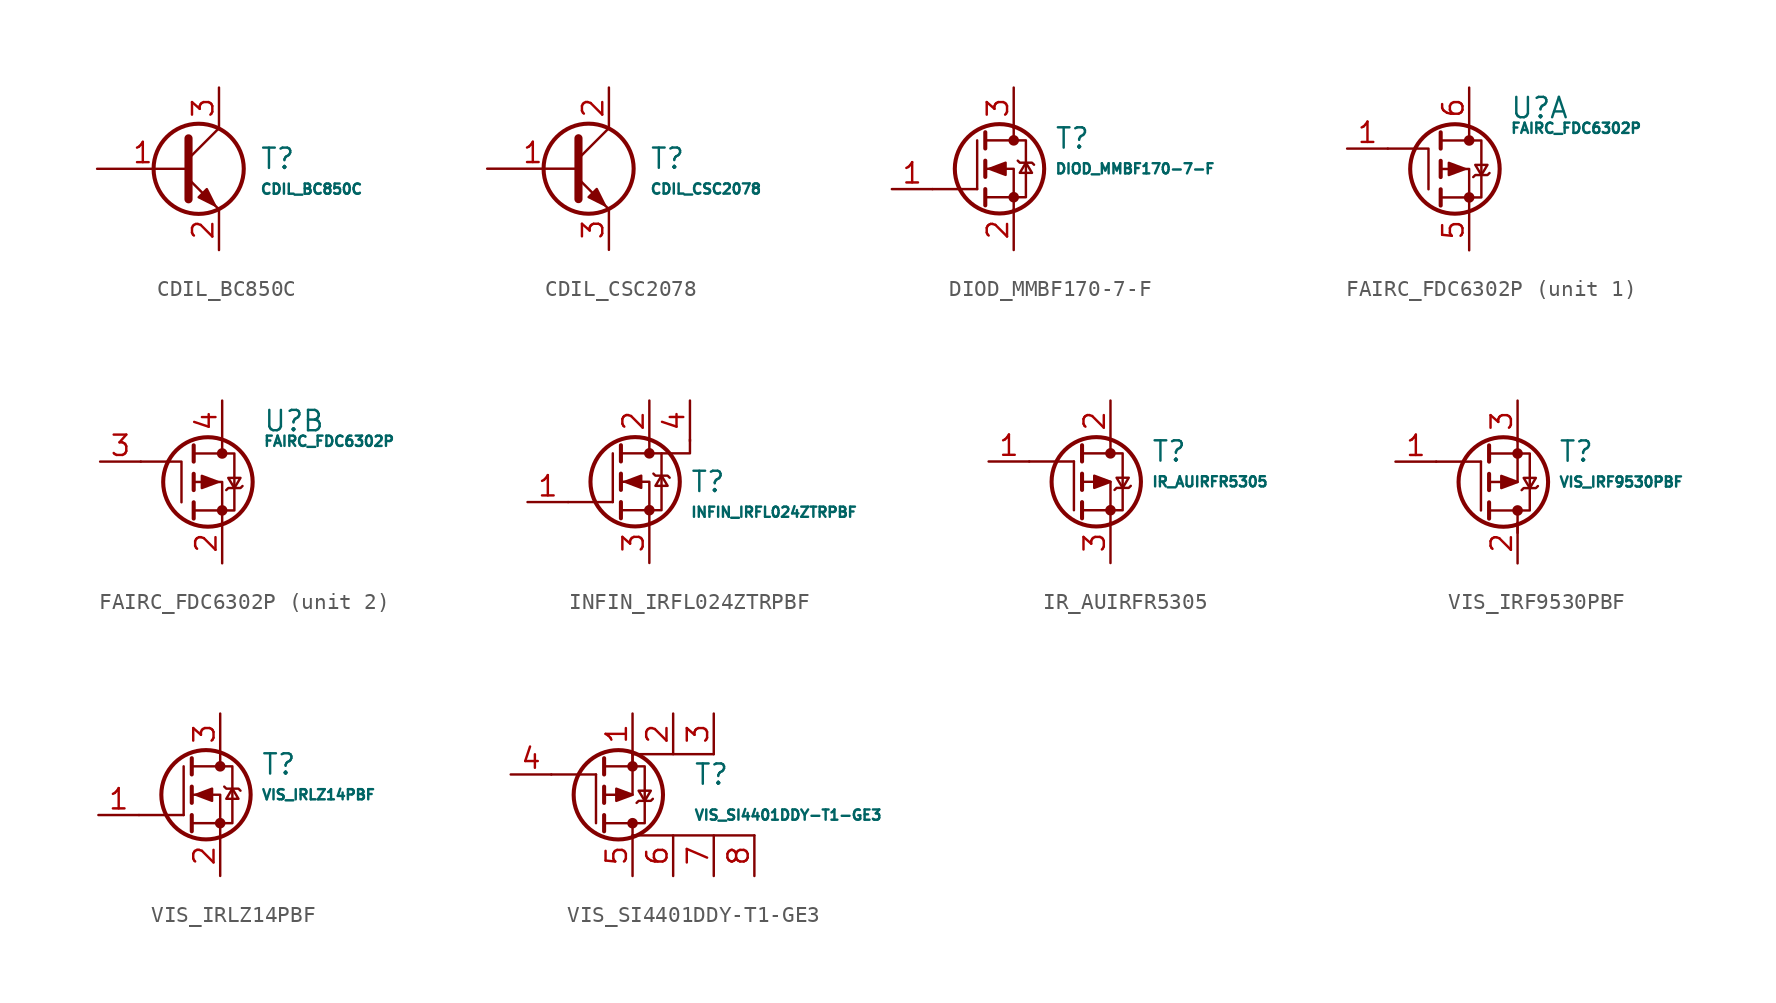
<source format=kicad_sym>
(kicad_symbol_lib
  (version 20241209)
  (generator "kicad_symbol_editor")
  (generator_version "9.0")
  (symbol "CDIL_BC850C"
    (pin_names
      (offset 0)
      (hide yes))
    (property "Reference" "T"
      (at 5.08 0.635 0)
      (effects (font (size 1.27 1.27)) (justify left)))
    (property "Value" "CDIL_BC850C"
      (at 5.08 -1.27 0)
      (effects (font (size 0.635 0.635)) (justify left)))
    (symbol "CDIL_BC850C_0_1"
      (polyline (pts (xy 0.635 1.905) (xy 0.635 -1.905) (xy 0.635 -1.905)) (stroke (width 0.508) (type default)) (fill (type none)))
      (polyline (pts (xy 0.635 0.635) (xy 2.54 2.54)) (stroke (width 0) (type default)) (fill (type none)))
      (polyline (pts (xy 0.635 -0.635) (xy 2.54 -2.54) (xy 2.54 -2.54)) (stroke (width 0) (type default)) (fill (type none)))
      (circle (center 1.27 0) (radius 2.819) (stroke (width 0.254) (type default)) (fill (type none)))
      (polyline (pts (xy 1.27 -1.778) (xy 1.778 -1.27) (xy 2.286 -2.286) (xy 1.27 -1.778) (xy 1.27 -1.778)) (stroke (width 0) (type default)) (fill (type outline))))
    (symbol "CDIL_BC850C_1_1"
      (pin passive line (at -5.08 0 0) (length 5.715) (name "B" (effects (font (size 1.27 1.27)))) (number "1" (effects (font (size 1.27 1.27)))))
      (pin passive line (at 2.54 5.08 270) (length 2.54) (name "C" (effects (font (size 1.27 1.27)))) (number "3" (effects (font (size 1.27 1.27)))))
      (pin passive line (at 2.54 -5.08 90) (length 2.54) (name "E" (effects (font (size 1.27 1.27)))) (number "2" (effects (font (size 1.27 1.27)))))))
  (symbol "CDIL_CSC2078"
    (pin_names
      (offset 0)
      (hide yes))
    (property "Reference" "T"
      (at 5.08 0.635 0)
      (effects (font (size 1.27 1.27)) (justify left)))
    (property "Value" "CDIL_CSC2078"
      (at 5.08 -1.27 0)
      (effects (font (size 0.635 0.635)) (justify left)))
    (symbol "CDIL_CSC2078_0_1"
      (polyline (pts (xy 0.635 1.905) (xy 0.635 -1.905) (xy 0.635 -1.905)) (stroke (width 0.508) (type default)) (fill (type none)))
      (polyline (pts (xy 0.635 0.635) (xy 2.54 2.54)) (stroke (width 0) (type default)) (fill (type none)))
      (polyline (pts (xy 0.635 -0.635) (xy 2.54 -2.54) (xy 2.54 -2.54)) (stroke (width 0) (type default)) (fill (type none)))
      (circle (center 1.27 0) (radius 2.819) (stroke (width 0.254) (type default)) (fill (type none)))
      (polyline (pts (xy 1.27 -1.778) (xy 1.778 -1.27) (xy 2.286 -2.286) (xy 1.27 -1.778) (xy 1.27 -1.778)) (stroke (width 0) (type default)) (fill (type outline))))
    (symbol "CDIL_CSC2078_1_1"
      (pin passive line (at -5.08 0 0) (length 5.715) (name "B" (effects (font (size 1.27 1.27)))) (number "1" (effects (font (size 1.27 1.27)))))
      (pin passive line (at 2.54 5.08 270) (length 2.54) (name "C" (effects (font (size 1.27 1.27)))) (number "2" (effects (font (size 1.27 1.27)))))
      (pin passive line (at 2.54 -5.08 90) (length 2.54) (name "E" (effects (font (size 1.27 1.27)))) (number "3" (effects (font (size 1.27 1.27)))))))
  (symbol "DIOD_MMBF170-7-F"
    (pin_names
      (hide yes))
    (property "Reference" "T"
      (at 5.08 1.905 0)
      (effects (font (size 1.27 1.27)) (justify left)))
    (property "Value" "DIOD_MMBF170-7-F"
      (at 5.08 0 0)
      (effects (font (size 0.635 0.635)) (justify left)))
    (symbol "DIOD_MMBF170-7-F_0_1"
      (polyline (pts (xy 0.254 -1.27) (xy -2.54 -1.27)) (stroke (width 0) (type default)) (fill (type none)))
      (polyline (pts (xy 0.254 -1.27) (xy 0.254 1.778)) (stroke (width 0) (type default)) (fill (type none)))
      (polyline (pts (xy 0.762 2.286) (xy 0.762 1.27)) (stroke (width 0.254) (type default)) (fill (type none)))
      (polyline (pts (xy 0.762 0.508) (xy 0.762 -0.508)) (stroke (width 0.254) (type default)) (fill (type none)))
      (polyline (pts (xy 0.762 -1.27) (xy 0.762 -2.286)) (stroke (width 0.254) (type default)) (fill (type none)))
      (polyline (pts (xy 0.762 -1.778) (xy 3.302 -1.778) (xy 3.302 1.778) (xy 0.762 1.778)) (stroke (width 0) (type default)) (fill (type none)))
      (polyline (pts (xy 1.016 0) (xy 2.032 0.381) (xy 2.032 -0.381) (xy 1.016 0)) (stroke (width 0) (type default)) (fill (type outline)))
      (circle (center 1.651 0) (radius 2.794) (stroke (width 0.254) (type default)) (fill (type none)))
      (polyline (pts (xy 2.54 2.54) (xy 2.54 1.778)) (stroke (width 0) (type default)) (fill (type none)))
      (circle (center 2.54 1.778) (radius 0.254) (stroke (width 0) (type default)) (fill (type outline)))
      (circle (center 2.54 -1.778) (radius 0.254) (stroke (width 0) (type default)) (fill (type outline)))
      (polyline (pts (xy 2.54 -2.54) (xy 2.54 0) (xy 0.762 0)) (stroke (width 0) (type default)) (fill (type none)))
      (polyline (pts (xy 2.794 0.508) (xy 2.921 0.381) (xy 3.683 0.381) (xy 3.81 0.254)) (stroke (width 0) (type default)) (fill (type none)))
      (polyline (pts (xy 3.302 0.381) (xy 2.921 -0.254) (xy 3.683 -0.254) (xy 3.302 0.381)) (stroke (width 0) (type default)) (fill (type none))))
    (symbol "DIOD_MMBF170-7-F_1_1"
      (pin input line (at -5.08 -1.27 0) (length 2.54) (name "G" (effects (font (size 1.27 1.27)))) (number "1" (effects (font (size 1.27 1.27)))))
      (pin passive line (at 2.54 5.08 270) (length 2.54) (name "D" (effects (font (size 1.27 1.27)))) (number "3" (effects (font (size 1.27 1.27)))))
      (pin passive line (at 2.54 -5.08 90) (length 2.54) (name "S" (effects (font (size 1.27 1.27)))) (number "2" (effects (font (size 1.27 1.27)))))))
  (symbol "FAIRC_FDC6302P"
    (pin_names
      (hide yes))
    (property "Reference" "U"
      (at 2.54 3.81 0)
      (effects (font (size 1.27 1.27)) (justify left)))
    (property "Value" "FAIRC_FDC6302P"
      (at 2.54 2.54 0)
      (effects (font (size 0.64 0.64)) (justify left)))
    (symbol "FAIRC_FDC6302P_0_0"
      (polyline (pts (xy -5.08 1.27) (xy -2.54 1.27) (xy -2.54 -1.27)) (stroke (width 0) (type default)) (fill (type none))))
    (symbol "FAIRC_FDC6302P_0_1"
      (polyline (pts (xy -1.778 2.286) (xy -1.778 1.27)) (stroke (width 0.254) (type default)) (fill (type none)))
      (polyline (pts (xy -1.778 1.778) (xy 0.762 1.778) (xy 0.762 -1.778) (xy -1.778 -1.778)) (stroke (width 0) (type default)) (fill (type none)))
      (polyline (pts (xy -1.778 0.508) (xy -1.778 -0.508)) (stroke (width 0.254) (type default)) (fill (type none)))
      (polyline (pts (xy -1.778 -1.27) (xy -1.778 -2.286)) (stroke (width 0.254) (type default)) (fill (type none)))
      (circle (center -0.889 0) (radius 2.794) (stroke (width 0.254) (type default)) (fill (type none)))
      (polyline (pts (xy -0.254 0) (xy -1.27 0.381) (xy -1.27 -0.381) (xy -0.254 0)) (stroke (width 0) (type default)) (fill (type outline)))
      (polyline (pts (xy 0 2.54) (xy 0 1.778)) (stroke (width 0) (type default)) (fill (type none)))
      (circle (center 0 1.778) (radius 0.254) (stroke (width 0) (type default)) (fill (type outline)))
      (circle (center 0 -1.778) (radius 0.254) (stroke (width 0) (type default)) (fill (type outline)))
      (polyline (pts (xy 0 -2.54) (xy 0 0) (xy -1.778 0)) (stroke (width 0) (type default)) (fill (type none)))
      (polyline (pts (xy 0.254 -0.508) (xy 0.381 -0.381) (xy 1.143 -0.381) (xy 1.27 -0.254)) (stroke (width 0) (type default)) (fill (type none)))
      (polyline (pts (xy 0.762 -0.381) (xy 0.381 0.254) (xy 1.143 0.254) (xy 0.762 -0.381)) (stroke (width 0) (type default)) (fill (type none))))
    (symbol "FAIRC_FDC6302P_1_1"
      (pin input line (at -7.62 1.27 0) (length 2.54) (name "G" (effects (font (size 1.27 1.27)))) (number "1" (effects (font (size 1.27 1.27)))))
      (pin passive line (at 0 5.08 270) (length 2.54) (name "D" (effects (font (size 1.27 1.27)))) (number "6" (effects (font (size 1.27 1.27)))))
      (pin passive line (at 0 -5.08 90) (length 2.54) (name "S" (effects (font (size 1.27 1.27)))) (number "5" (effects (font (size 1.27 1.27))))))
    (symbol "FAIRC_FDC6302P_2_1"
      (pin input line (at -7.62 1.27 0) (length 2.54) (name "G" (effects (font (size 1.27 1.27)))) (number "3" (effects (font (size 1.27 1.27)))))
      (pin passive line (at 0 5.08 270) (length 2.54) (name "D" (effects (font (size 1.27 1.27)))) (number "4" (effects (font (size 1.27 1.27)))))
      (pin passive line (at 0 -5.08 90) (length 2.54) (name "S" (effects (font (size 1.27 1.27)))) (number "2" (effects (font (size 1.27 1.27)))))))
  (symbol "INFIN_IRFL024ZTRPBF"
    (pin_names
      (hide yes))
    (property "Reference" "T"
      (at 5.08 0 0)
      (effects (font (size 1.27 1.27)) (justify left)))
    (property "Value" "INFIN_IRFL024ZTRPBF"
      (at 5.08 -1.905 0)
      (effects (font (size 0.635 0.635)) (justify left)))
    (symbol "INFIN_IRFL024ZTRPBF_0_1"
      (polyline (pts (xy 0.254 -1.27) (xy -2.54 -1.27)) (stroke (width 0) (type default)) (fill (type none)))
      (polyline (pts (xy 0.254 -1.27) (xy 0.254 1.778)) (stroke (width 0) (type default)) (fill (type none)))
      (polyline (pts (xy 0.762 2.286) (xy 0.762 1.27)) (stroke (width 0.254) (type default)) (fill (type none)))
      (polyline (pts (xy 0.762 0.508) (xy 0.762 -0.508)) (stroke (width 0.254) (type default)) (fill (type none)))
      (polyline (pts (xy 0.762 -1.27) (xy 0.762 -2.286)) (stroke (width 0.254) (type default)) (fill (type none)))
      (polyline (pts (xy 0.762 -1.778) (xy 3.302 -1.778) (xy 3.302 1.778) (xy 0.762 1.778)) (stroke (width 0) (type default)) (fill (type none)))
      (polyline (pts (xy 1.016 0) (xy 2.032 0.381) (xy 2.032 -0.381) (xy 1.016 0)) (stroke (width 0) (type default)) (fill (type outline)))
      (circle (center 1.651 0) (radius 2.794) (stroke (width 0.254) (type default)) (fill (type none)))
      (polyline (pts (xy 2.54 2.54) (xy 2.54 1.778)) (stroke (width 0) (type default)) (fill (type none)))
      (circle (center 2.54 1.778) (radius 0.254) (stroke (width 0) (type default)) (fill (type outline)))
      (circle (center 2.54 -1.778) (radius 0.254) (stroke (width 0) (type default)) (fill (type outline)))
      (polyline (pts (xy 2.54 -2.54) (xy 2.54 0) (xy 0.762 0)) (stroke (width 0) (type default)) (fill (type none)))
      (polyline (pts (xy 2.794 0.508) (xy 2.921 0.381) (xy 3.683 0.381) (xy 3.81 0.254)) (stroke (width 0) (type default)) (fill (type none)))
      (polyline (pts (xy 3.302 1.778) (xy 5.08 1.778) (xy 5.08 2.642)) (stroke (width 0) (type default)) (fill (type none)))
      (polyline (pts (xy 3.302 0.381) (xy 2.921 -0.254) (xy 3.683 -0.254) (xy 3.302 0.381)) (stroke (width 0) (type default)) (fill (type none))))
    (symbol "INFIN_IRFL024ZTRPBF_1_1"
      (pin input line (at -5.08 -1.27 0) (length 2.54) (name "G" (effects (font (size 1.27 1.27)))) (number "1" (effects (font (size 1.27 1.27)))))
      (pin passive line (at 2.54 5.08 270) (length 2.54) (name "D" (effects (font (size 1.27 1.27)))) (number "2" (effects (font (size 1.27 1.27)))))
      (pin passive line (at 2.54 -5.08 90) (length 2.54) (name "S" (effects (font (size 1.27 1.27)))) (number "3" (effects (font (size 1.27 1.27)))))
      (pin passive line (at 5.08 5.08 270) (length 2.54) (name "D" (effects (font (size 1.27 1.27)))) (number "4" (effects (font (size 1.27 1.27)))))))
  (symbol "IR_AUIRFR5305"
    (pin_names
      (hide yes))
    (property "Reference" "T"
      (at 5.08 1.905 0)
      (effects (font (size 1.27 1.27)) (justify left)))
    (property "Value" "IR_AUIRFR5305"
      (at 5.08 0 0)
      (effects (font (size 0.635 0.635)) (justify left)))
    (symbol "IR_AUIRFR5305_0_1"
      (polyline (pts (xy 0.254 1.27) (xy -2.54 1.27)) (stroke (width 0) (type default)) (fill (type none)))
      (polyline (pts (xy 0.254 -1.778) (xy 0.254 1.27)) (stroke (width 0) (type default)) (fill (type none)))
      (polyline (pts (xy 0.762 2.286) (xy 0.762 1.27)) (stroke (width 0.254) (type default)) (fill (type none)))
      (polyline (pts (xy 0.762 0.508) (xy 0.762 -0.508)) (stroke (width 0.254) (type default)) (fill (type none)))
      (polyline (pts (xy 0.762 -1.27) (xy 0.762 -2.286)) (stroke (width 0.254) (type default)) (fill (type none)))
      (polyline (pts (xy 0.762 -1.778) (xy 3.302 -1.778) (xy 3.302 1.778) (xy 0.762 1.778)) (stroke (width 0) (type default)) (fill (type none)))
      (circle (center 1.651 0) (radius 2.794) (stroke (width 0.254) (type default)) (fill (type none)))
      (polyline (pts (xy 2.54 2.54) (xy 2.54 1.778)) (stroke (width 0) (type default)) (fill (type none)))
      (circle (center 2.54 1.778) (radius 0.254) (stroke (width 0) (type default)) (fill (type outline)))
      (polyline (pts (xy 2.54 0) (xy 1.524 -0.381) (xy 1.524 0.381) (xy 2.54 0)) (stroke (width 0) (type default)) (fill (type outline)))
      (circle (center 2.54 -1.778) (radius 0.254) (stroke (width 0) (type default)) (fill (type outline)))
      (polyline (pts (xy 2.54 -2.54) (xy 2.54 0) (xy 0.762 0)) (stroke (width 0) (type default)) (fill (type none)))
      (polyline (pts (xy 2.794 -0.508) (xy 2.921 -0.381) (xy 3.683 -0.381) (xy 3.81 -0.254)) (stroke (width 0) (type default)) (fill (type none)))
      (polyline (pts (xy 3.302 -0.381) (xy 2.921 0.254) (xy 3.683 0.254) (xy 3.302 -0.381)) (stroke (width 0) (type default)) (fill (type none))))
    (symbol "IR_AUIRFR5305_1_1"
      (pin input line (at -5.08 1.27 0) (length 2.54) (name "G" (effects (font (size 1.27 1.27)))) (number "1" (effects (font (size 1.27 1.27)))))
      (pin passive line (at 2.54 5.08 270) (length 2.54) (name "D" (effects (font (size 1.27 1.27)))) (number "2" (effects (font (size 1.27 1.27)))))
      (pin passive line (at 2.54 -5.08 90) (length 2.54) (name "S" (effects (font (size 1.27 1.27)))) (number "3" (effects (font (size 1.27 1.27)))))))
  (symbol "VIS_IRF9530PBF"
    (pin_names
      (hide yes))
    (property "Reference" "T"
      (at 5.08 1.905 0)
      (effects (font (size 1.27 1.27)) (justify left)))
    (property "Value" "VIS_IRF9530PBF"
      (at 5.08 0 0)
      (effects (font (size 0.635 0.635)) (justify left)))
    (symbol "VIS_IRF9530PBF_0_1"
      (polyline (pts (xy 0.254 1.27) (xy -2.54 1.27)) (stroke (width 0) (type default)) (fill (type none)))
      (polyline (pts (xy 0.254 -1.778) (xy 0.254 1.27)) (stroke (width 0) (type default)) (fill (type none)))
      (polyline (pts (xy 0.762 2.286) (xy 0.762 1.27)) (stroke (width 0.254) (type default)) (fill (type none)))
      (polyline (pts (xy 0.762 0.508) (xy 0.762 -0.508)) (stroke (width 0.254) (type default)) (fill (type none)))
      (polyline (pts (xy 0.762 -1.27) (xy 0.762 -2.286)) (stroke (width 0.254) (type default)) (fill (type none)))
      (polyline (pts (xy 0.762 -1.778) (xy 3.302 -1.778) (xy 3.302 1.778) (xy 0.762 1.778)) (stroke (width 0) (type default)) (fill (type none)))
      (circle (center 1.651 0) (radius 2.794) (stroke (width 0.254) (type default)) (fill (type none)))
      (polyline (pts (xy 2.54 2.54) (xy 2.54 0) (xy 0.762 0)) (stroke (width 0) (type default)) (fill (type none)))
      (circle (center 2.54 1.778) (radius 0.254) (stroke (width 0) (type default)) (fill (type outline)))
      (polyline (pts (xy 2.54 0) (xy 1.524 -0.381) (xy 1.524 0.381) (xy 2.54 0)) (stroke (width 0) (type default)) (fill (type outline)))
      (circle (center 2.54 -1.778) (radius 0.254) (stroke (width 0) (type default)) (fill (type outline)))
      (polyline (pts (xy 2.54 -3.175) (xy 2.54 -1.905)) (stroke (width 0) (type default)) (fill (type none)))
      (polyline (pts (xy 2.794 -0.508) (xy 2.921 -0.381) (xy 3.683 -0.381) (xy 3.81 -0.254)) (stroke (width 0) (type default)) (fill (type none)))
      (polyline (pts (xy 3.302 -0.381) (xy 2.921 0.254) (xy 3.683 0.254) (xy 3.302 -0.381)) (stroke (width 0) (type default)) (fill (type none))))
    (symbol "VIS_IRF9530PBF_1_1"
      (pin input line (at -5.08 1.27 0) (length 2.54) (name "G" (effects (font (size 1.27 1.27)))) (number "1" (effects (font (size 1.27 1.27)))))
      (pin passive line (at 2.54 5.08 270) (length 2.54) (name "D" (effects (font (size 1.27 1.27)))) (number "3" (effects (font (size 1.27 1.27)))))
      (pin passive line (at 2.54 -5.08 90) (length 2.54) (name "S" (effects (font (size 1.27 1.27)))) (number "2" (effects (font (size 1.27 1.27)))))))
  (symbol "VIS_IRLZ14PBF"
    (pin_names
      (hide yes))
    (property "Reference" "T"
      (at 5.08 1.905 0)
      (effects (font (size 1.27 1.27)) (justify left)))
    (property "Value" "VIS_IRLZ14PBF"
      (at 5.08 0 0)
      (effects (font (size 0.635 0.635)) (justify left)))
    (symbol "VIS_IRLZ14PBF_0_1"
      (polyline (pts (xy 0.254 -1.27) (xy -2.54 -1.27)) (stroke (width 0) (type default)) (fill (type none)))
      (polyline (pts (xy 0.254 -1.27) (xy 0.254 1.778)) (stroke (width 0) (type default)) (fill (type none)))
      (polyline (pts (xy 0.762 2.286) (xy 0.762 1.27)) (stroke (width 0.254) (type default)) (fill (type none)))
      (polyline (pts (xy 0.762 0.508) (xy 0.762 -0.508)) (stroke (width 0.254) (type default)) (fill (type none)))
      (polyline (pts (xy 0.762 -1.27) (xy 0.762 -2.286)) (stroke (width 0.254) (type default)) (fill (type none)))
      (polyline (pts (xy 0.762 -1.778) (xy 3.302 -1.778) (xy 3.302 1.778) (xy 0.762 1.778)) (stroke (width 0) (type default)) (fill (type none)))
      (polyline (pts (xy 1.016 0) (xy 2.032 0.381) (xy 2.032 -0.381) (xy 1.016 0)) (stroke (width 0) (type default)) (fill (type outline)))
      (circle (center 1.651 0) (radius 2.794) (stroke (width 0.254) (type default)) (fill (type none)))
      (polyline (pts (xy 2.54 2.54) (xy 2.54 1.778)) (stroke (width 0) (type default)) (fill (type none)))
      (circle (center 2.54 1.778) (radius 0.254) (stroke (width 0) (type default)) (fill (type outline)))
      (circle (center 2.54 -1.778) (radius 0.254) (stroke (width 0) (type default)) (fill (type outline)))
      (polyline (pts (xy 2.54 -2.54) (xy 2.54 0) (xy 0.762 0)) (stroke (width 0) (type default)) (fill (type none)))
      (polyline (pts (xy 2.794 0.508) (xy 2.921 0.381) (xy 3.683 0.381) (xy 3.81 0.254)) (stroke (width 0) (type default)) (fill (type none)))
      (polyline (pts (xy 3.302 0.381) (xy 2.921 -0.254) (xy 3.683 -0.254) (xy 3.302 0.381)) (stroke (width 0) (type default)) (fill (type none))))
    (symbol "VIS_IRLZ14PBF_1_1"
      (pin input line (at -5.08 -1.27 0) (length 2.54) (name "G" (effects (font (size 1.27 1.27)))) (number "1" (effects (font (size 1.27 1.27)))))
      (pin passive line (at 2.54 5.08 270) (length 2.54) (name "D" (effects (font (size 1.27 1.27)))) (number "3" (effects (font (size 1.27 1.27)))))
      (pin passive line (at 2.54 -5.08 90) (length 2.54) (name "S" (effects (font (size 1.27 1.27)))) (number "2" (effects (font (size 1.27 1.27)))))))
  (symbol "VIS_SI4401DDY-T1-GE3"
    (pin_names
      (hide yes))
    (property "Reference" "T"
      (at 3.81 0 0)
      (effects (font (size 1.27 1.27)) (justify left)))
    (property "Value" "VIS_SI4401DDY-T1-GE3"
      (at 3.81 -2.54 0)
      (effects (font (size 0.64 0.64)) (justify left)))
    (symbol "VIS_SI4401DDY-T1-GE3_0_1"
      (polyline (pts (xy -2.286 0) (xy -5.08 0)) (stroke (width 0) (type default)) (fill (type none)))
      (polyline (pts (xy -2.286 -3.048) (xy -2.286 0)) (stroke (width 0) (type default)) (fill (type none)))
      (polyline (pts (xy -1.778 1.016) (xy -1.778 0)) (stroke (width 0.254) (type default)) (fill (type none)))
      (polyline (pts (xy -1.778 -0.762) (xy -1.778 -1.778)) (stroke (width 0.254) (type default)) (fill (type none)))
      (polyline (pts (xy -1.778 -2.54) (xy -1.778 -3.556)) (stroke (width 0.254) (type default)) (fill (type none)))
      (polyline (pts (xy -1.778 -3.048) (xy 0.762 -3.048) (xy 0.762 0.508) (xy -1.778 0.508)) (stroke (width 0) (type default)) (fill (type none)))
      (circle (center -0.889 -1.27) (radius 2.794) (stroke (width 0.254) (type default)) (fill (type none)))
      (polyline (pts (xy 0 1.27) (xy 0 0.508)) (stroke (width 0) (type default)) (fill (type none)))
      (polyline (pts (xy 0 1.27) (xy 0 -1.27) (xy -1.778 -1.27)) (stroke (width 0) (type default)) (fill (type none)))
      (circle (center 0 0.508) (radius 0.254) (stroke (width 0) (type default)) (fill (type outline)))
      (polyline (pts (xy 0 -1.27) (xy -1.016 -1.651) (xy -1.016 -0.889) (xy 0 -1.27)) (stroke (width 0) (type default)) (fill (type outline)))
      (circle (center 0 -3.048) (radius 0.254) (stroke (width 0) (type default)) (fill (type outline)))
      (polyline (pts (xy 0 -3.81) (xy 0 -3.175)) (stroke (width 0) (type default)) (fill (type none)))
      (polyline (pts (xy 0 -3.81) (xy 7.62 -3.81)) (stroke (width 0) (type default)) (fill (type none)))
      (polyline (pts (xy 0.254 -1.778) (xy 0.381 -1.651) (xy 1.143 -1.651) (xy 1.27 -1.524)) (stroke (width 0) (type default)) (fill (type none)))
      (polyline (pts (xy 0.762 -1.651) (xy 0.381 -1.016) (xy 1.143 -1.016) (xy 0.762 -1.651)) (stroke (width 0) (type default)) (fill (type none)))
      (polyline (pts (xy 5.08 1.27) (xy 0 1.27)) (stroke (width 0) (type default)) (fill (type none))))
    (symbol "VIS_SI4401DDY-T1-GE3_1_1"
      (pin input line (at -7.62 0 0) (length 2.54) (name "G" (effects (font (size 1.27 1.27)))) (number "4" (effects (font (size 1.27 1.27)))))
      (pin passive line (at 0 3.81 270) (length 2.54) (name "D" (effects (font (size 1.27 1.27)))) (number "1" (effects (font (size 1.27 1.27)))))
      (pin passive line (at 0 -6.35 90) (length 2.54) (name "D" (effects (font (size 1.27 1.27)))) (number "5" (effects (font (size 1.27 1.27)))))
      (pin passive line (at 2.54 3.81 270) (length 2.54) (name "S" (effects (font (size 1.27 1.27)))) (number "2" (effects (font (size 1.27 1.27)))))
      (pin passive line (at 2.54 -6.35 90) (length 2.54) (name "D" (effects (font (size 1.27 1.27)))) (number "6" (effects (font (size 1.27 1.27)))))
      (pin passive line (at 5.08 3.81 270) (length 2.54) (name "S" (effects (font (size 1.27 1.27)))) (number "3" (effects (font (size 1.27 1.27)))))
      (pin passive line (at 5.08 -6.35 90) (length 2.54) (name "D" (effects (font (size 1.27 1.27)))) (number "7" (effects (font (size 1.27 1.27)))))
      (pin passive line (at 7.62 -6.35 90) (length 2.54) (name "D" (effects (font (size 1.27 1.27)))) (number "8" (effects (font (size 1.27 1.27))))))))
</source>
